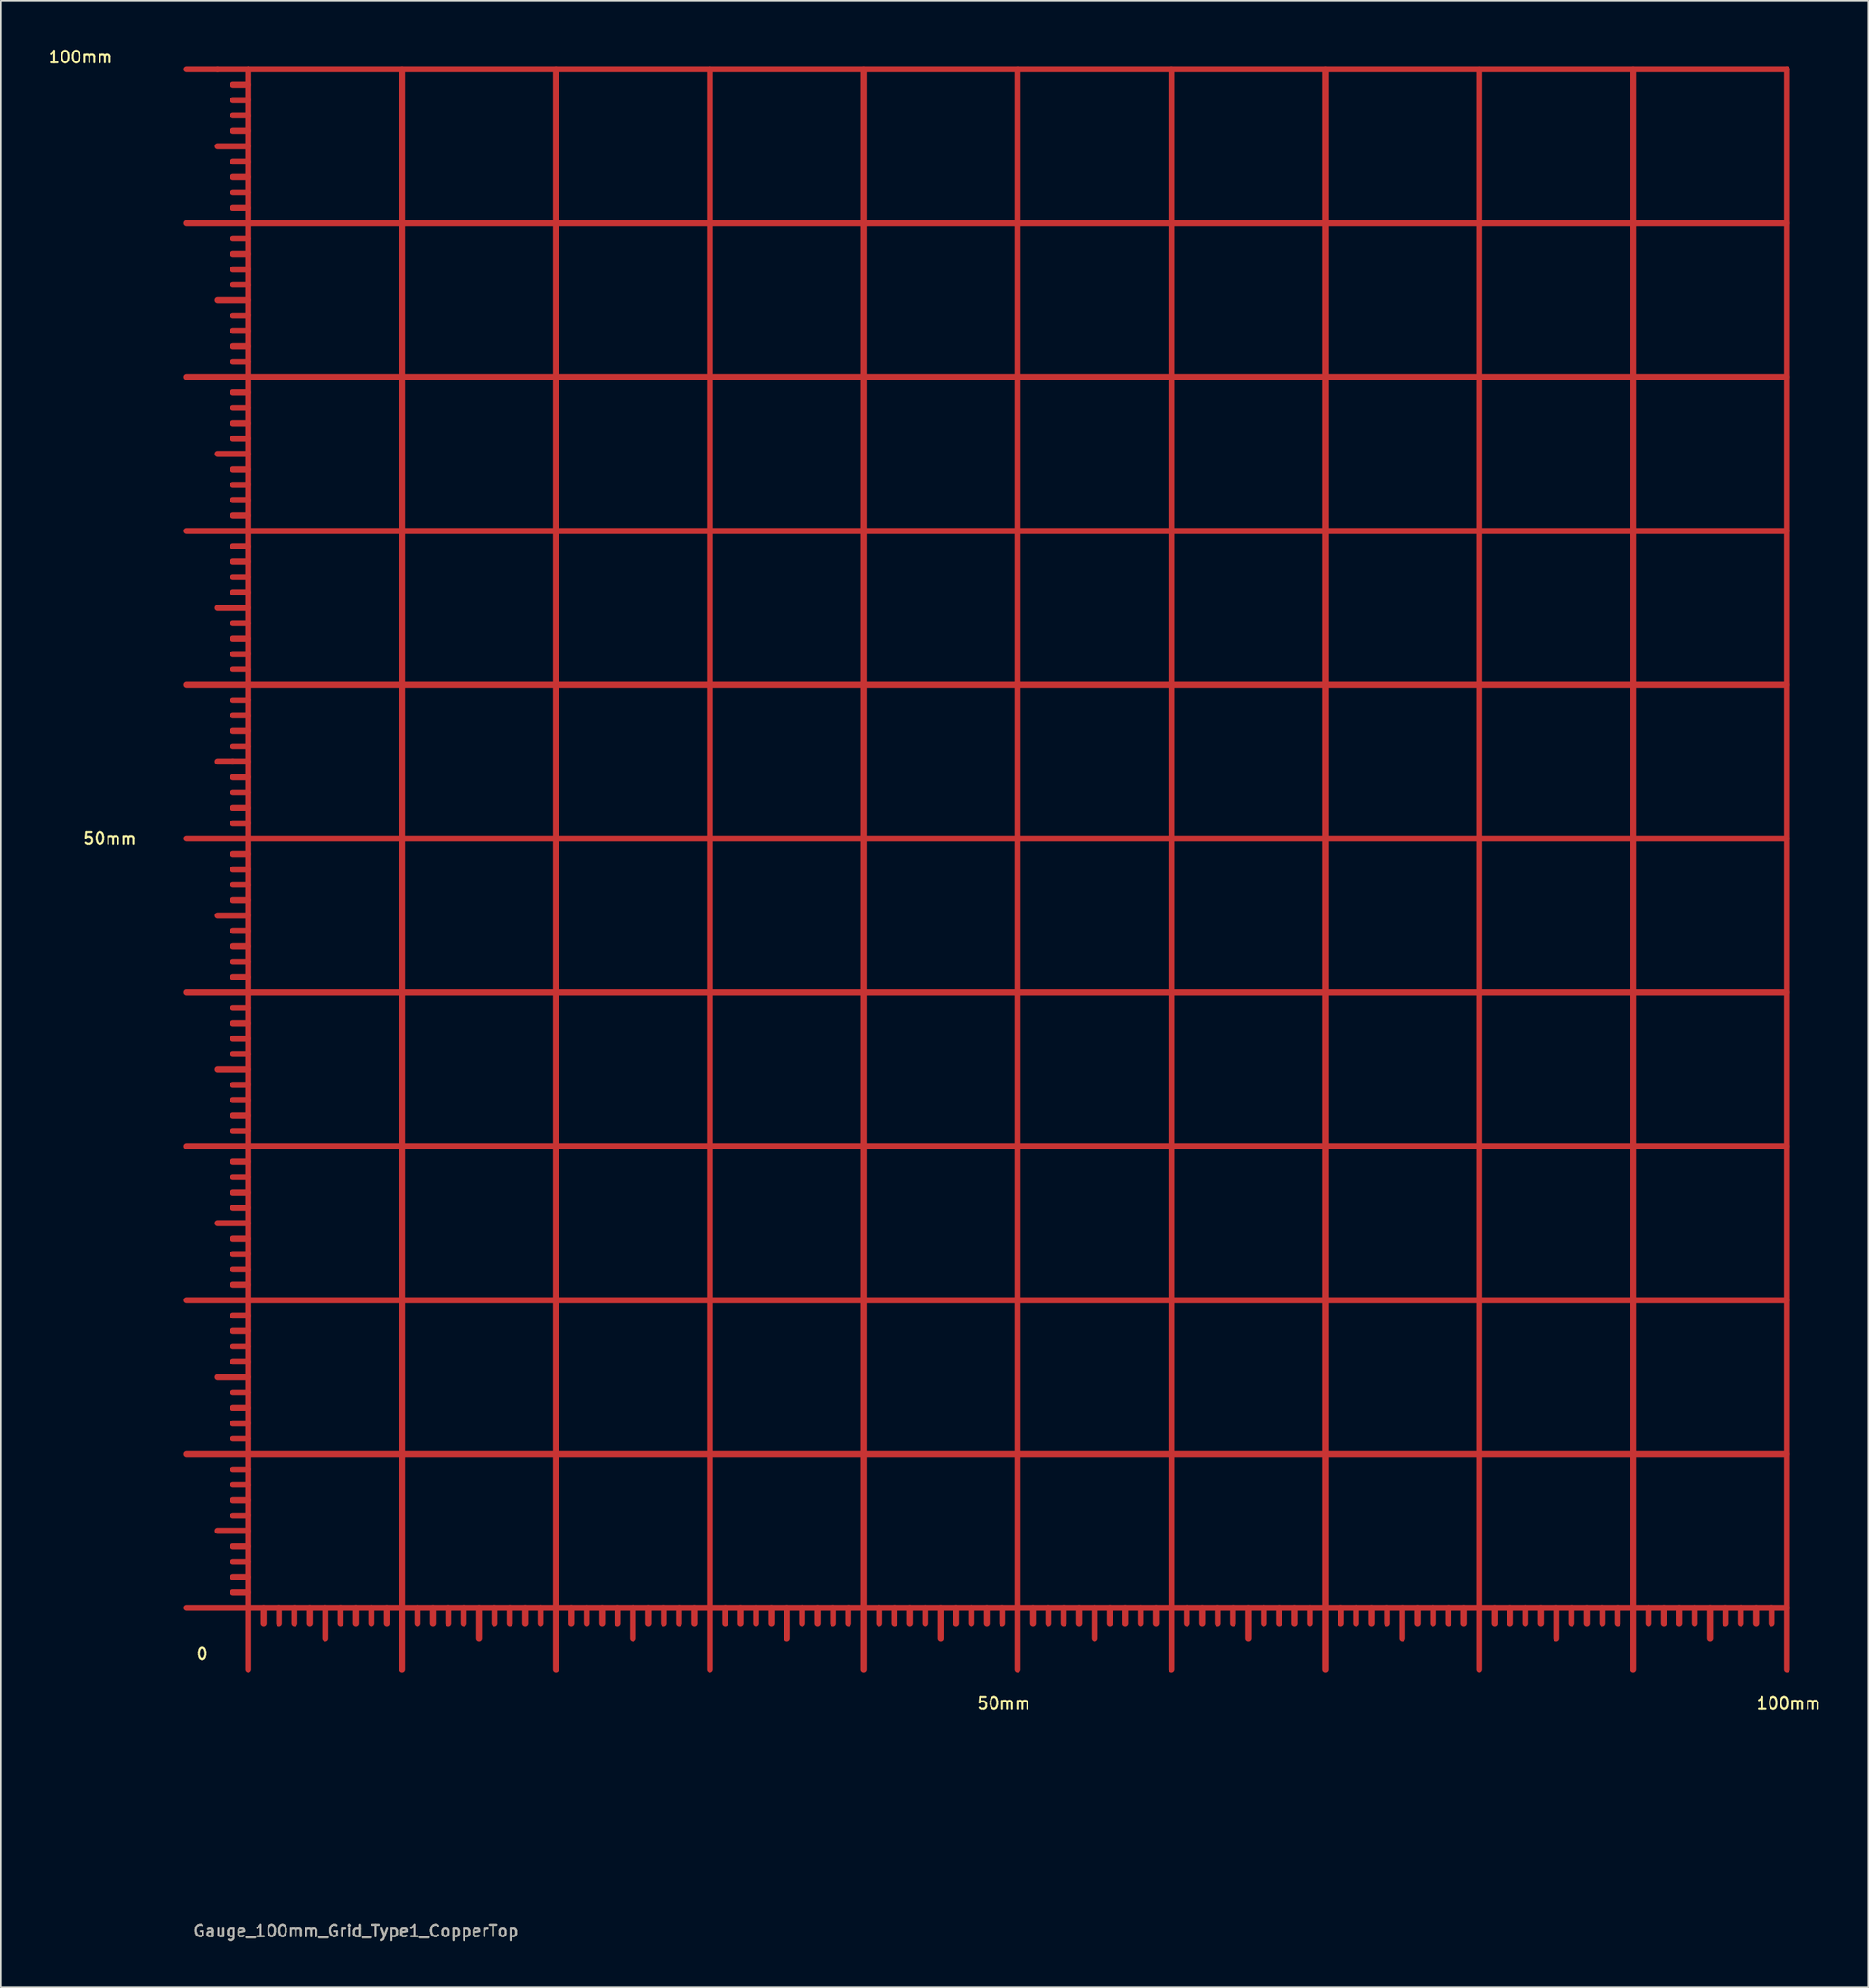
<source format=kicad_pcb>
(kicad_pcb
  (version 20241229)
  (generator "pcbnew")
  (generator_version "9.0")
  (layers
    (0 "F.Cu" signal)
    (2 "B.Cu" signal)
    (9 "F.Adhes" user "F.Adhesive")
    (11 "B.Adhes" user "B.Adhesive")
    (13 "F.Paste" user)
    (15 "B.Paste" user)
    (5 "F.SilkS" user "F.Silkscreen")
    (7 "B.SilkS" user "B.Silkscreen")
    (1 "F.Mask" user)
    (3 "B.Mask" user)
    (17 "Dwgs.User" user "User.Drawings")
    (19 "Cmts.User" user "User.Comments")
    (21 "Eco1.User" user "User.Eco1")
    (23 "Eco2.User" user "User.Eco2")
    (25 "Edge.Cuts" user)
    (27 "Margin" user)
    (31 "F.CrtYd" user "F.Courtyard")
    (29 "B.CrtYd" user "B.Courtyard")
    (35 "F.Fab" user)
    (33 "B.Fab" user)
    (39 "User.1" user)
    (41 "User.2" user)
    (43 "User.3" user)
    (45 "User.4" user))
  (footprint "Gauge_100mm_Grid_Type1_CopperTop"
    (layer "F.Cu")
    (at 13.083 101.455)
    (property "Reference" "Gauge_100mm_Grid_Type1_CopperTop" (at 7 21.001 0) (layer "F.SilkS") (effects (font (size 0.75 0.75) (thickness 0.125))))
    (attr exclude_from_pos_files exclude_from_bom)
    (fp_line (start -1.999 -100) (end -4 -100) (stroke (width 0.381) (type solid)) (layer "F.Cu"))
    (fp_line (start -1.001 -55.001) (end -1.999 -55.001) (stroke (width 0.381) (type solid)) (layer "F.Cu"))
    (fp_line (start 0 -100) (end -1.999 -100) (stroke (width 0.381) (type solid)) (layer "F.Cu"))
    (fp_line (start 0 -100) (end 100 -100) (stroke (width 0.381) (type solid)) (layer "F.Cu"))
    (fp_line (start 0 -98.999) (end -1.001 -98.999) (stroke (width 0.381) (type solid)) (layer "F.Cu"))
    (fp_line (start 0 -98.001) (end -1.001 -98.001) (stroke (width 0.381) (type solid)) (layer "F.Cu"))
    (fp_line (start 0 -97) (end -1.001 -97) (stroke (width 0.381) (type solid)) (layer "F.Cu"))
    (fp_line (start 0 -95.999) (end -1.001 -95.999) (stroke (width 0.381) (type solid)) (layer "F.Cu"))
    (fp_line (start 0 -95.001) (end -1.999 -95.001) (stroke (width 0.381) (type solid)) (layer "F.Cu"))
    (fp_line (start 0 -94) (end -1.001 -94) (stroke (width 0.381) (type solid)) (layer "F.Cu"))
    (fp_line (start 0 -93) (end -1.001 -93) (stroke (width 0.381) (type solid)) (layer "F.Cu"))
    (fp_line (start 0 -91.999) (end -1.001 -91.999) (stroke (width 0.381) (type solid)) (layer "F.Cu"))
    (fp_line (start 0 -91.001) (end -1.001 -91.001) (stroke (width 0.381) (type solid)) (layer "F.Cu"))
    (fp_line (start 0 -90) (end -4 -90) (stroke (width 0.381) (type solid)) (layer "F.Cu"))
    (fp_line (start 0 -90) (end 100 -90) (stroke (width 0.381) (type solid)) (layer "F.Cu"))
    (fp_line (start 0 -88.999) (end -1.001 -88.999) (stroke (width 0.381) (type solid)) (layer "F.Cu"))
    (fp_line (start 0 -88.001) (end -1.001 -88.001) (stroke (width 0.381) (type solid)) (layer "F.Cu"))
    (fp_line (start 0 -87) (end -1.001 -87) (stroke (width 0.381) (type solid)) (layer "F.Cu"))
    (fp_line (start 0 -85.999) (end -1.001 -85.999) (stroke (width 0.381) (type solid)) (layer "F.Cu"))
    (fp_line (start 0 -85.001) (end -1.999 -85.001) (stroke (width 0.381) (type solid)) (layer "F.Cu"))
    (fp_line (start 0 -84) (end -1.001 -84) (stroke (width 0.381) (type solid)) (layer "F.Cu"))
    (fp_line (start 0 -83) (end -1.001 -83) (stroke (width 0.381) (type solid)) (layer "F.Cu"))
    (fp_line (start 0 -81.999) (end -1.001 -81.999) (stroke (width 0.381) (type solid)) (layer "F.Cu"))
    (fp_line (start 0 -81.001) (end -1.001 -81.001) (stroke (width 0.381) (type solid)) (layer "F.Cu"))
    (fp_line (start 0 -80) (end -4 -80) (stroke (width 0.381) (type solid)) (layer "F.Cu"))
    (fp_line (start 0 -80) (end 100 -80) (stroke (width 0.381) (type solid)) (layer "F.Cu"))
    (fp_line (start 0 -78.999) (end -1.001 -78.999) (stroke (width 0.381) (type solid)) (layer "F.Cu"))
    (fp_line (start 0 -78.001) (end -1.001 -78.001) (stroke (width 0.381) (type solid)) (layer "F.Cu"))
    (fp_line (start 0 -77) (end -1.001 -77) (stroke (width 0.381) (type solid)) (layer "F.Cu"))
    (fp_line (start 0 -75.999) (end -1.001 -75.999) (stroke (width 0.381) (type solid)) (layer "F.Cu"))
    (fp_line (start 0 -75.001) (end -1.999 -75.001) (stroke (width 0.381) (type solid)) (layer "F.Cu"))
    (fp_line (start 0 -74) (end -1.001 -74) (stroke (width 0.381) (type solid)) (layer "F.Cu"))
    (fp_line (start 0 -73) (end -1.001 -73) (stroke (width 0.381) (type solid)) (layer "F.Cu"))
    (fp_line (start 0 -71.999) (end -1.001 -71.999) (stroke (width 0.381) (type solid)) (layer "F.Cu"))
    (fp_line (start 0 -71.001) (end -1.001 -71.001) (stroke (width 0.381) (type solid)) (layer "F.Cu"))
    (fp_line (start 0 -70) (end -4 -70) (stroke (width 0.381) (type solid)) (layer "F.Cu"))
    (fp_line (start 0 -70) (end 100 -70) (stroke (width 0.381) (type solid)) (layer "F.Cu"))
    (fp_line (start 0 -68.999) (end -1.001 -68.999) (stroke (width 0.381) (type solid)) (layer "F.Cu"))
    (fp_line (start 0 -68.001) (end -1.001 -68.001) (stroke (width 0.381) (type solid)) (layer "F.Cu"))
    (fp_line (start 0 -67) (end -1.001 -67) (stroke (width 0.381) (type solid)) (layer "F.Cu"))
    (fp_line (start 0 -65.999) (end -1.001 -65.999) (stroke (width 0.381) (type solid)) (layer "F.Cu"))
    (fp_line (start 0 -65.001) (end -1.999 -65.001) (stroke (width 0.381) (type solid)) (layer "F.Cu"))
    (fp_line (start 0 -64) (end -1.001 -64) (stroke (width 0.381) (type solid)) (layer "F.Cu"))
    (fp_line (start 0 -63) (end -1.001 -63) (stroke (width 0.381) (type solid)) (layer "F.Cu"))
    (fp_line (start 0 -61.999) (end -1.001 -61.999) (stroke (width 0.381) (type solid)) (layer "F.Cu"))
    (fp_line (start 0 -61.001) (end -1.001 -61.001) (stroke (width 0.381) (type solid)) (layer "F.Cu"))
    (fp_line (start 0 -60) (end -4 -60) (stroke (width 0.381) (type solid)) (layer "F.Cu"))
    (fp_line (start 0 -60) (end 100 -60) (stroke (width 0.381) (type solid)) (layer "F.Cu"))
    (fp_line (start 0 -58.999) (end -1.001 -58.999) (stroke (width 0.381) (type solid)) (layer "F.Cu"))
    (fp_line (start 0 -58.001) (end -1.001 -58.001) (stroke (width 0.381) (type solid)) (layer "F.Cu"))
    (fp_line (start 0 -57) (end -1.001 -57) (stroke (width 0.381) (type solid)) (layer "F.Cu"))
    (fp_line (start 0 -55.999) (end -1.001 -55.999) (stroke (width 0.381) (type solid)) (layer "F.Cu"))
    (fp_line (start 0 -55.001) (end -1.001 -55.001) (stroke (width 0.381) (type solid)) (layer "F.Cu"))
    (fp_line (start 0 -54) (end -1.001 -54) (stroke (width 0.381) (type solid)) (layer "F.Cu"))
    (fp_line (start 0 -53) (end -1.001 -53) (stroke (width 0.381) (type solid)) (layer "F.Cu"))
    (fp_line (start 0 -51.999) (end -1.001 -51.999) (stroke (width 0.381) (type solid)) (layer "F.Cu"))
    (fp_line (start 0 -51.001) (end -1.001 -51.001) (stroke (width 0.381) (type solid)) (layer "F.Cu"))
    (fp_line (start 0 -50) (end -4 -50) (stroke (width 0.381) (type solid)) (layer "F.Cu"))
    (fp_line (start 0 -50) (end 100 -50) (stroke (width 0.381) (type solid)) (layer "F.Cu"))
    (fp_line (start 0 -48.999) (end -1.001 -48.999) (stroke (width 0.381) (type solid)) (layer "F.Cu"))
    (fp_line (start 0 -48.001) (end -1.001 -48.001) (stroke (width 0.381) (type solid)) (layer "F.Cu"))
    (fp_line (start 0 -47) (end -1.001 -47) (stroke (width 0.381) (type solid)) (layer "F.Cu"))
    (fp_line (start 0 -45.999) (end -1.001 -45.999) (stroke (width 0.381) (type solid)) (layer "F.Cu"))
    (fp_line (start 0 -45.001) (end -1.999 -45.001) (stroke (width 0.381) (type solid)) (layer "F.Cu"))
    (fp_line (start 0 -44) (end -1.001 -44) (stroke (width 0.381) (type solid)) (layer "F.Cu"))
    (fp_line (start 0 -43) (end -1.001 -43) (stroke (width 0.381) (type solid)) (layer "F.Cu"))
    (fp_line (start 0 -41.999) (end -1.001 -41.999) (stroke (width 0.381) (type solid)) (layer "F.Cu"))
    (fp_line (start 0 -41.001) (end -1.001 -41.001) (stroke (width 0.381) (type solid)) (layer "F.Cu"))
    (fp_line (start 0 -40) (end -4 -40) (stroke (width 0.381) (type solid)) (layer "F.Cu"))
    (fp_line (start 0 -40) (end 100 -40) (stroke (width 0.381) (type solid)) (layer "F.Cu"))
    (fp_line (start 0 -38.999) (end -1.001 -38.999) (stroke (width 0.381) (type solid)) (layer "F.Cu"))
    (fp_line (start 0 -38.001) (end -1.001 -38.001) (stroke (width 0.381) (type solid)) (layer "F.Cu"))
    (fp_line (start 0 -37) (end -1.001 -37) (stroke (width 0.381) (type solid)) (layer "F.Cu"))
    (fp_line (start 0 -35.999) (end -1.001 -35.999) (stroke (width 0.381) (type solid)) (layer "F.Cu"))
    (fp_line (start 0 -35.001) (end -1.999 -35.001) (stroke (width 0.381) (type solid)) (layer "F.Cu"))
    (fp_line (start 0 -34) (end -1.001 -34) (stroke (width 0.381) (type solid)) (layer "F.Cu"))
    (fp_line (start 0 -33) (end -1.001 -33) (stroke (width 0.381) (type solid)) (layer "F.Cu"))
    (fp_line (start 0 -31.999) (end -1.001 -31.999) (stroke (width 0.381) (type solid)) (layer "F.Cu"))
    (fp_line (start 0 -31.001) (end -1.001 -31.001) (stroke (width 0.381) (type solid)) (layer "F.Cu"))
    (fp_line (start 0 -30) (end -4 -30) (stroke (width 0.381) (type solid)) (layer "F.Cu"))
    (fp_line (start 0 -30) (end 100 -30) (stroke (width 0.381) (type solid)) (layer "F.Cu"))
    (fp_line (start 0 -28.999) (end -1.001 -28.999) (stroke (width 0.381) (type solid)) (layer "F.Cu"))
    (fp_line (start 0 -28.001) (end -1.001 -28.001) (stroke (width 0.381) (type solid)) (layer "F.Cu"))
    (fp_line (start 0 -27) (end -1.001 -27) (stroke (width 0.381) (type solid)) (layer "F.Cu"))
    (fp_line (start 0 -25.999) (end -1.001 -25.999) (stroke (width 0.381) (type solid)) (layer "F.Cu"))
    (fp_line (start 0 -25.001) (end -1.999 -25.001) (stroke (width 0.381) (type solid)) (layer "F.Cu"))
    (fp_line (start 0 -24) (end -1.001 -24) (stroke (width 0.381) (type solid)) (layer "F.Cu"))
    (fp_line (start 0 -23) (end -1.001 -23) (stroke (width 0.381) (type solid)) (layer "F.Cu"))
    (fp_line (start 0 -21.999) (end -1.001 -21.999) (stroke (width 0.381) (type solid)) (layer "F.Cu"))
    (fp_line (start 0 -21.001) (end -1.001 -21.001) (stroke (width 0.381) (type solid)) (layer "F.Cu"))
    (fp_line (start 0 -20) (end -4 -20) (stroke (width 0.381) (type solid)) (layer "F.Cu"))
    (fp_line (start 0 -20) (end 100 -20) (stroke (width 0.381) (type solid)) (layer "F.Cu"))
    (fp_line (start 0 -18.999) (end -1.001 -18.999) (stroke (width 0.381) (type solid)) (layer "F.Cu"))
    (fp_line (start 0 -18.001) (end -1.001 -18.001) (stroke (width 0.381) (type solid)) (layer "F.Cu"))
    (fp_line (start 0 -17) (end -1.001 -17) (stroke (width 0.381) (type solid)) (layer "F.Cu"))
    (fp_line (start 0 -15.999) (end -1.001 -15.999) (stroke (width 0.381) (type solid)) (layer "F.Cu"))
    (fp_line (start 0 -15.001) (end -1.999 -15.001) (stroke (width 0.381) (type solid)) (layer "F.Cu"))
    (fp_line (start 0 -14) (end -1.001 -14) (stroke (width 0.381) (type solid)) (layer "F.Cu"))
    (fp_line (start 0 -13) (end -1.001 -13) (stroke (width 0.381) (type solid)) (layer "F.Cu"))
    (fp_line (start 0 -11.999) (end -1.001 -11.999) (stroke (width 0.381) (type solid)) (layer "F.Cu"))
    (fp_line (start 0 -11.001) (end -1.001 -11.001) (stroke (width 0.381) (type solid)) (layer "F.Cu"))
    (fp_line (start 0 -10) (end -4 -10) (stroke (width 0.381) (type solid)) (layer "F.Cu"))
    (fp_line (start 0 -10) (end 100 -10) (stroke (width 0.381) (type solid)) (layer "F.Cu"))
    (fp_line (start 0 -8.999) (end -1.001 -8.999) (stroke (width 0.381) (type solid)) (layer "F.Cu"))
    (fp_line (start 0 -8.001) (end -1.001 -8.001) (stroke (width 0.381) (type solid)) (layer "F.Cu"))
    (fp_line (start 0 -7) (end -1.001 -7) (stroke (width 0.381) (type solid)) (layer "F.Cu"))
    (fp_line (start 0 -5.999) (end -1.001 -5.999) (stroke (width 0.381) (type solid)) (layer "F.Cu"))
    (fp_line (start 0 -5.001) (end -1.999 -5.001) (stroke (width 0.381) (type solid)) (layer "F.Cu"))
    (fp_line (start 0 -4) (end -1.001 -4) (stroke (width 0.381) (type solid)) (layer "F.Cu"))
    (fp_line (start 0 -3) (end -1.001 -3) (stroke (width 0.381) (type solid)) (layer "F.Cu"))
    (fp_line (start 0 -1.999) (end -1.001 -1.999) (stroke (width 0.381) (type solid)) (layer "F.Cu"))
    (fp_line (start 0 -1.001) (end -1.001 -1.001) (stroke (width 0.381) (type solid)) (layer "F.Cu"))
    (fp_line (start 0 0) (end -4 0) (stroke (width 0.381) (type solid)) (layer "F.Cu"))
    (fp_line (start 0 0) (end 0 -100) (stroke (width 0.381) (type solid)) (layer "F.Cu"))
    (fp_line (start 0 0) (end 0 4) (stroke (width 0.381) (type solid)) (layer "F.Cu"))
    (fp_line (start 0 0) (end 100 0) (stroke (width 0.381) (type solid)) (layer "F.Cu"))
    (fp_line (start 1.001 0) (end 1.001 1.001) (stroke (width 0.381) (type solid)) (layer "F.Cu"))
    (fp_line (start 1.999 0) (end 1.999 1.001) (stroke (width 0.381) (type solid)) (layer "F.Cu"))
    (fp_line (start 3 0) (end 3 1.001) (stroke (width 0.381) (type solid)) (layer "F.Cu"))
    (fp_line (start 4 0) (end 4 1.001) (stroke (width 0.381) (type solid)) (layer "F.Cu"))
    (fp_line (start 5.001 0) (end 5.001 1.999) (stroke (width 0.381) (type solid)) (layer "F.Cu"))
    (fp_line (start 5.999 0) (end 5.999 1.001) (stroke (width 0.381) (type solid)) (layer "F.Cu"))
    (fp_line (start 7 0) (end 7 1.001) (stroke (width 0.381) (type solid)) (layer "F.Cu"))
    (fp_line (start 8.001 0) (end 8.001 1.001) (stroke (width 0.381) (type solid)) (layer "F.Cu"))
    (fp_line (start 8.999 0) (end 8.999 1.001) (stroke (width 0.381) (type solid)) (layer "F.Cu"))
    (fp_line (start 10 0) (end 10 -100) (stroke (width 0.381) (type solid)) (layer "F.Cu"))
    (fp_line (start 10 0) (end 10 4) (stroke (width 0.381) (type solid)) (layer "F.Cu"))
    (fp_line (start 11.001 0) (end 11.001 1.001) (stroke (width 0.381) (type solid)) (layer "F.Cu"))
    (fp_line (start 11.999 0) (end 11.999 1.001) (stroke (width 0.381) (type solid)) (layer "F.Cu"))
    (fp_line (start 13 0) (end 13 1.001) (stroke (width 0.381) (type solid)) (layer "F.Cu"))
    (fp_line (start 14 0) (end 14 1.001) (stroke (width 0.381) (type solid)) (layer "F.Cu"))
    (fp_line (start 15.001 0) (end 15.001 1.999) (stroke (width 0.381) (type solid)) (layer "F.Cu"))
    (fp_line (start 15.999 0) (end 15.999 1.001) (stroke (width 0.381) (type solid)) (layer "F.Cu"))
    (fp_line (start 17 0) (end 17 1.001) (stroke (width 0.381) (type solid)) (layer "F.Cu"))
    (fp_line (start 18.001 0) (end 18.001 1.001) (stroke (width 0.381) (type solid)) (layer "F.Cu"))
    (fp_line (start 18.999 0) (end 18.999 1.001) (stroke (width 0.381) (type solid)) (layer "F.Cu"))
    (fp_line (start 20 0) (end 20 -100) (stroke (width 0.381) (type solid)) (layer "F.Cu"))
    (fp_line (start 20 0) (end 20 4) (stroke (width 0.381) (type solid)) (layer "F.Cu"))
    (fp_line (start 21.001 0) (end 21.001 1.001) (stroke (width 0.381) (type solid)) (layer "F.Cu"))
    (fp_line (start 21.999 0) (end 21.999 1.001) (stroke (width 0.381) (type solid)) (layer "F.Cu"))
    (fp_line (start 23 0) (end 23 1.001) (stroke (width 0.381) (type solid)) (layer "F.Cu"))
    (fp_line (start 24 0) (end 24 1.001) (stroke (width 0.381) (type solid)) (layer "F.Cu"))
    (fp_line (start 25.001 0) (end 25.001 1.999) (stroke (width 0.381) (type solid)) (layer "F.Cu"))
    (fp_line (start 25.999 0) (end 25.999 1.001) (stroke (width 0.381) (type solid)) (layer "F.Cu"))
    (fp_line (start 27 0) (end 27 1.001) (stroke (width 0.381) (type solid)) (layer "F.Cu"))
    (fp_line (start 28.001 0) (end 28.001 1.001) (stroke (width 0.381) (type solid)) (layer "F.Cu"))
    (fp_line (start 28.999 0) (end 28.999 1.001) (stroke (width 0.381) (type solid)) (layer "F.Cu"))
    (fp_line (start 30 0) (end 30 -100) (stroke (width 0.381) (type solid)) (layer "F.Cu"))
    (fp_line (start 30 0) (end 30 4) (stroke (width 0.381) (type solid)) (layer "F.Cu"))
    (fp_line (start 31.001 0) (end 31.001 1.001) (stroke (width 0.381) (type solid)) (layer "F.Cu"))
    (fp_line (start 31.999 0) (end 31.999 1.001) (stroke (width 0.381) (type solid)) (layer "F.Cu"))
    (fp_line (start 33 0) (end 33 1.001) (stroke (width 0.381) (type solid)) (layer "F.Cu"))
    (fp_line (start 34 0) (end 34 1.001) (stroke (width 0.381) (type solid)) (layer "F.Cu"))
    (fp_line (start 35.001 0) (end 35.001 1.999) (stroke (width 0.381) (type solid)) (layer "F.Cu"))
    (fp_line (start 35.999 0) (end 35.999 1.001) (stroke (width 0.381) (type solid)) (layer "F.Cu"))
    (fp_line (start 37 0) (end 37 1.001) (stroke (width 0.381) (type solid)) (layer "F.Cu"))
    (fp_line (start 38.001 0) (end 38.001 1.001) (stroke (width 0.381) (type solid)) (layer "F.Cu"))
    (fp_line (start 38.999 0) (end 38.999 1.001) (stroke (width 0.381) (type solid)) (layer "F.Cu"))
    (fp_line (start 40 0) (end 40 -100) (stroke (width 0.381) (type solid)) (layer "F.Cu"))
    (fp_line (start 40 0) (end 40 4) (stroke (width 0.381) (type solid)) (layer "F.Cu"))
    (fp_line (start 41.001 0) (end 41.001 1.001) (stroke (width 0.381) (type solid)) (layer "F.Cu"))
    (fp_line (start 41.999 0) (end 41.999 1.001) (stroke (width 0.381) (type solid)) (layer "F.Cu"))
    (fp_line (start 43 0) (end 43 1.001) (stroke (width 0.381) (type solid)) (layer "F.Cu"))
    (fp_line (start 44 0) (end 44 1.001) (stroke (width 0.381) (type solid)) (layer "F.Cu"))
    (fp_line (start 45.001 0) (end 45.001 1.999) (stroke (width 0.381) (type solid)) (layer "F.Cu"))
    (fp_line (start 45.999 0) (end 45.999 1.001) (stroke (width 0.381) (type solid)) (layer "F.Cu"))
    (fp_line (start 47 0) (end 47 1.001) (stroke (width 0.381) (type solid)) (layer "F.Cu"))
    (fp_line (start 48.001 0) (end 48.001 1.001) (stroke (width 0.381) (type solid)) (layer "F.Cu"))
    (fp_line (start 48.999 0) (end 48.999 1.001) (stroke (width 0.381) (type solid)) (layer "F.Cu"))
    (fp_line (start 50 0) (end 50 -100) (stroke (width 0.381) (type solid)) (layer "F.Cu"))
    (fp_line (start 50 0) (end 50 4) (stroke (width 0.381) (type solid)) (layer "F.Cu"))
    (fp_line (start 51.001 0) (end 51.001 1.001) (stroke (width 0.381) (type solid)) (layer "F.Cu"))
    (fp_line (start 51.999 0) (end 51.999 1.001) (stroke (width 0.381) (type solid)) (layer "F.Cu"))
    (fp_line (start 53 0) (end 53 1.001) (stroke (width 0.381) (type solid)) (layer "F.Cu"))
    (fp_line (start 54 0) (end 54 1.001) (stroke (width 0.381) (type solid)) (layer "F.Cu"))
    (fp_line (start 55.001 0) (end 55.001 1.999) (stroke (width 0.381) (type solid)) (layer "F.Cu"))
    (fp_line (start 55.999 0) (end 55.999 1.001) (stroke (width 0.381) (type solid)) (layer "F.Cu"))
    (fp_line (start 57 0) (end 57 1.001) (stroke (width 0.381) (type solid)) (layer "F.Cu"))
    (fp_line (start 58.001 0) (end 58.001 1.001) (stroke (width 0.381) (type solid)) (layer "F.Cu"))
    (fp_line (start 58.999 0) (end 58.999 1.001) (stroke (width 0.381) (type solid)) (layer "F.Cu"))
    (fp_line (start 60 -100) (end 60 0) (stroke (width 0.381) (type solid)) (layer "F.Cu"))
    (fp_line (start 60 0) (end 60 4) (stroke (width 0.381) (type solid)) (layer "F.Cu"))
    (fp_line (start 61.001 0) (end 61.001 1.001) (stroke (width 0.381) (type solid)) (layer "F.Cu"))
    (fp_line (start 61.999 0) (end 61.999 1.001) (stroke (width 0.381) (type solid)) (layer "F.Cu"))
    (fp_line (start 63 0) (end 63 1.001) (stroke (width 0.381) (type solid)) (layer "F.Cu"))
    (fp_line (start 64 0) (end 64 1.001) (stroke (width 0.381) (type solid)) (layer "F.Cu"))
    (fp_line (start 65.001 0) (end 65.001 1.999) (stroke (width 0.381) (type solid)) (layer "F.Cu"))
    (fp_line (start 65.999 0) (end 65.999 1.001) (stroke (width 0.381) (type solid)) (layer "F.Cu"))
    (fp_line (start 67 0) (end 67 1.001) (stroke (width 0.381) (type solid)) (layer "F.Cu"))
    (fp_line (start 68.001 0) (end 68.001 1.001) (stroke (width 0.381) (type solid)) (layer "F.Cu"))
    (fp_line (start 68.999 0) (end 68.999 1.001) (stroke (width 0.381) (type solid)) (layer "F.Cu"))
    (fp_line (start 70 0) (end 70 -100) (stroke (width 0.381) (type solid)) (layer "F.Cu"))
    (fp_line (start 70 0) (end 70 4) (stroke (width 0.381) (type solid)) (layer "F.Cu"))
    (fp_line (start 71.001 0) (end 71.001 1.001) (stroke (width 0.381) (type solid)) (layer "F.Cu"))
    (fp_line (start 71.999 0) (end 71.999 1.001) (stroke (width 0.381) (type solid)) (layer "F.Cu"))
    (fp_line (start 73 0) (end 73 1.001) (stroke (width 0.381) (type solid)) (layer "F.Cu"))
    (fp_line (start 74 0) (end 74 1.001) (stroke (width 0.381) (type solid)) (layer "F.Cu"))
    (fp_line (start 75.001 0) (end 75.001 1.999) (stroke (width 0.381) (type solid)) (layer "F.Cu"))
    (fp_line (start 75.999 0) (end 75.999 1.001) (stroke (width 0.381) (type solid)) (layer "F.Cu"))
    (fp_line (start 77 0) (end 77 1.001) (stroke (width 0.381) (type solid)) (layer "F.Cu"))
    (fp_line (start 78.001 0) (end 78.001 1.001) (stroke (width 0.381) (type solid)) (layer "F.Cu"))
    (fp_line (start 78.999 0) (end 78.999 1.001) (stroke (width 0.381) (type solid)) (layer "F.Cu"))
    (fp_line (start 80 -100) (end 80 0) (stroke (width 0.381) (type solid)) (layer "F.Cu"))
    (fp_line (start 80 0) (end 80 4) (stroke (width 0.381) (type solid)) (layer "F.Cu"))
    (fp_line (start 81.001 0) (end 81.001 1.001) (stroke (width 0.381) (type solid)) (layer "F.Cu"))
    (fp_line (start 81.999 0) (end 81.999 1.001) (stroke (width 0.381) (type solid)) (layer "F.Cu"))
    (fp_line (start 83 0) (end 83 1.001) (stroke (width 0.381) (type solid)) (layer "F.Cu"))
    (fp_line (start 84 0) (end 84 1.001) (stroke (width 0.381) (type solid)) (layer "F.Cu"))
    (fp_line (start 85.001 0) (end 85.001 1.999) (stroke (width 0.381) (type solid)) (layer "F.Cu"))
    (fp_line (start 85.999 0) (end 85.999 1.001) (stroke (width 0.381) (type solid)) (layer "F.Cu"))
    (fp_line (start 87 0) (end 87 1.001) (stroke (width 0.381) (type solid)) (layer "F.Cu"))
    (fp_line (start 88.001 0) (end 88.001 1.001) (stroke (width 0.381) (type solid)) (layer "F.Cu"))
    (fp_line (start 88.999 0) (end 88.999 1.001) (stroke (width 0.381) (type solid)) (layer "F.Cu"))
    (fp_line (start 90 0) (end 90 -100) (stroke (width 0.381) (type solid)) (layer "F.Cu"))
    (fp_line (start 90 0) (end 90 4) (stroke (width 0.381) (type solid)) (layer "F.Cu"))
    (fp_line (start 91.001 0) (end 91.001 1.001) (stroke (width 0.381) (type solid)) (layer "F.Cu"))
    (fp_line (start 91.999 0) (end 91.999 1.001) (stroke (width 0.381) (type solid)) (layer "F.Cu"))
    (fp_line (start 93 0) (end 93 1.001) (stroke (width 0.381) (type solid)) (layer "F.Cu"))
    (fp_line (start 94 0) (end 94 1.001) (stroke (width 0.381) (type solid)) (layer "F.Cu"))
    (fp_line (start 95.001 0) (end 95.001 1.999) (stroke (width 0.381) (type solid)) (layer "F.Cu"))
    (fp_line (start 95.999 0) (end 95.999 1.001) (stroke (width 0.381) (type solid)) (layer "F.Cu"))
    (fp_line (start 97 0) (end 97 1.001) (stroke (width 0.381) (type solid)) (layer "F.Cu"))
    (fp_line (start 98.001 0) (end 98.001 1.001) (stroke (width 0.381) (type solid)) (layer "F.Cu"))
    (fp_line (start 98.999 0) (end 98.999 1.001) (stroke (width 0.381) (type solid)) (layer "F.Cu"))
    (fp_line (start 100 -100) (end 100 0) (stroke (width 0.381) (type solid)) (layer "F.Cu"))
    (fp_line (start 100 0) (end 100 4) (stroke (width 0.381) (type solid)) (layer "F.Cu"))
    (fp_text user "50mm" (at -8.999 -50 0) (layer "F.SilkS") (effects (font (size 0.75 0.75) (thickness 0.125))))
    (fp_text user "50mm" (at 49.101 6.203 0) (layer "F.SilkS") (effects (font (size 0.75 0.75) (thickness 0.125))))
    (fp_text user "100mm" (at 100.101 6.203 0) (layer "F.SilkS") (effects (font (size 0.75 0.75) (thickness 0.125))))
    (fp_text user "100mm" (at -10.899 -100.797 0) (layer "F.SilkS") (effects (font (size 0.75 0.75) (thickness 0.125))))
    (fp_text user "0" (at -3 3 0) (layer "F.SilkS") (effects (font (size 0.75 0.75) (thickness 0.125))))
    (fp_text user "${REFERENCE}" (at 7 21.001 0) (layer "F.Fab") (effects (font (size 0.75 0.75) (thickness 0.125)))))
  (gr_rect
    (start -3 -3)
    (end 118.368 126.114)
    (stroke (width 0.1) (type default))
    (fill no)
    (layer "Edge.Cuts")))
</source>
